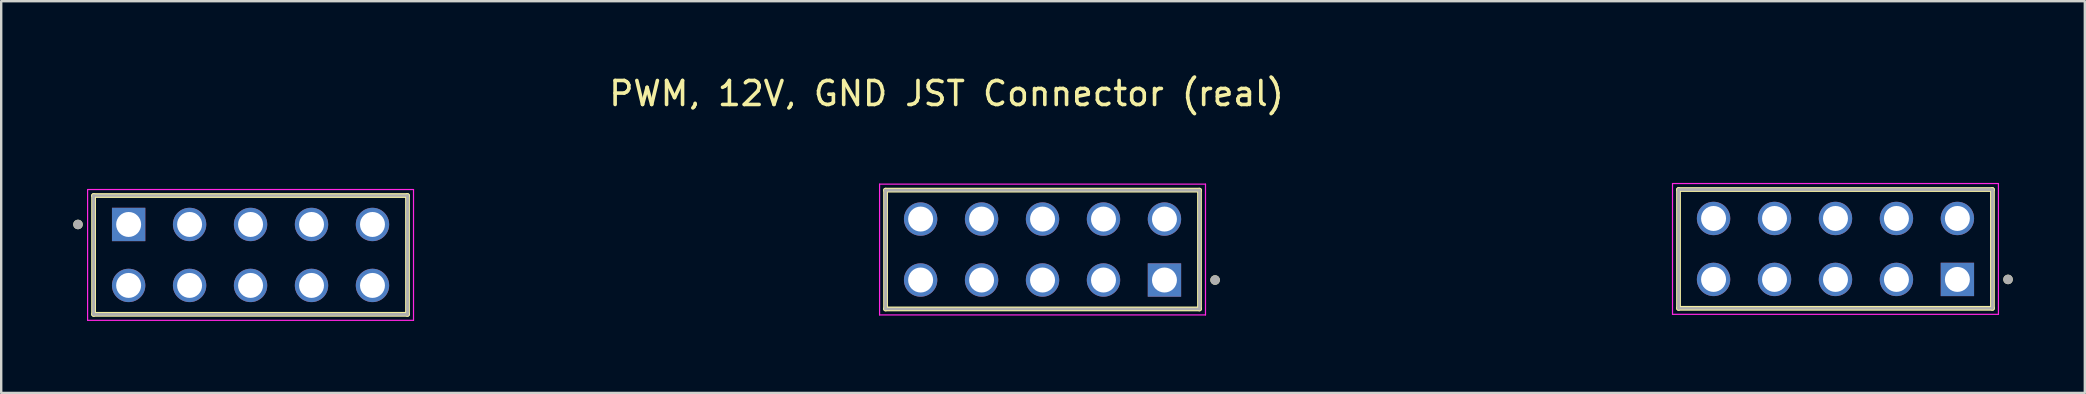
<source format=kicad_pcb>
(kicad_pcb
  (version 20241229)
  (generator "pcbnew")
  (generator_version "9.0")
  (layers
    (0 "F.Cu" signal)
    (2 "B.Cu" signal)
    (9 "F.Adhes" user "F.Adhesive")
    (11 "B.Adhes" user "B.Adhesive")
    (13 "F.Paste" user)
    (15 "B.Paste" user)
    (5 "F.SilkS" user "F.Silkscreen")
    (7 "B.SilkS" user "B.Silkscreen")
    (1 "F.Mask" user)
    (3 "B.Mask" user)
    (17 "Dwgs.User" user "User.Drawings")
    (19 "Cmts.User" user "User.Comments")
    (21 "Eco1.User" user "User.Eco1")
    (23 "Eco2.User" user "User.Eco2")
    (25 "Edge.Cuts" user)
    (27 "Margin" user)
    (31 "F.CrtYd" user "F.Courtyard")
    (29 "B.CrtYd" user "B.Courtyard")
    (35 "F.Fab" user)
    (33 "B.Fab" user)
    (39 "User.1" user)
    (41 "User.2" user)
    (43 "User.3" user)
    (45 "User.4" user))
  (footprint "PWM, 12V, GND JST Connector (real)"
    (layer "F.Cu")
    (at 40.39 7.348)
    (property "Reference" "PWM, 12V, GND JST Connector (real)" (at -4 -6.5 0) (layer "F.SilkS") (effects (font (size 1 1) (thickness 0.15))))
    (attr through_hole)
    (fp_line (start -39.54 -2.25) (end -26.46 -2.25) (stroke (width 0.2) (type solid)) (layer "F.SilkS"))
    (fp_line (start -39.54 2.7) (end -39.54 -2.25) (stroke (width 0.2) (type solid)) (layer "F.SilkS"))
    (fp_line (start -39.54 2.7) (end -26.46 2.7) (stroke (width 0.2) (type solid)) (layer "F.SilkS"))
    (fp_line (start -26.46 -2.25) (end -26.46 2.7) (stroke (width 0.2) (type solid)) (layer "F.SilkS"))
    (fp_line (start -6.54 2.475) (end -6.54 -2.475) (stroke (width 0.2) (type solid)) (layer "F.SilkS"))
    (fp_line (start 6.54 -2.475) (end -6.54 -2.475) (stroke (width 0.2) (type solid)) (layer "F.SilkS"))
    (fp_line (start 6.54 -2.475) (end 6.54 2.475) (stroke (width 0.2) (type solid)) (layer "F.SilkS"))
    (fp_line (start 6.54 2.475) (end -6.54 2.475) (stroke (width 0.2) (type solid)) (layer "F.SilkS"))
    (fp_line (start 26.5 2.45) (end 26.5 -2.5) (stroke (width 0.2) (type solid)) (layer "F.SilkS"))
    (fp_line (start 39.58 -2.5) (end 26.5 -2.5) (stroke (width 0.2) (type solid)) (layer "F.SilkS"))
    (fp_line (start 39.58 -2.5) (end 39.58 2.45) (stroke (width 0.2) (type solid)) (layer "F.SilkS"))
    (fp_line (start 39.58 2.45) (end 26.5 2.45) (stroke (width 0.2) (type solid)) (layer "F.SilkS"))
    (fp_circle (center -40.19 -1.045) (end -40.29 -1.045) (stroke (width 0.2) (type solid)) (fill no) (layer "F.SilkS"))
    (fp_circle (center 7.19 1.27) (end 7.29 1.27) (stroke (width 0.2) (type solid)) (fill no) (layer "F.SilkS"))
    (fp_circle (center 40.23 1.245) (end 40.33 1.245) (stroke (width 0.2) (type solid)) (fill no) (layer "F.SilkS"))
    (fp_line (start -39.79 -2.5) (end -26.21 -2.5) (stroke (width 0.05) (type solid)) (layer "F.CrtYd"))
    (fp_line (start -39.79 2.95) (end -39.79 -2.5) (stroke (width 0.05) (type solid)) (layer "F.CrtYd"))
    (fp_line (start -26.21 -2.5) (end -26.21 2.95) (stroke (width 0.05) (type default)) (layer "F.CrtYd"))
    (fp_line (start -26.21 2.95) (end -39.79 2.95) (stroke (width 0.05) (type solid)) (layer "F.CrtYd"))
    (fp_line (start -6.79 -2.725) (end 6.79 -2.725) (stroke (width 0.05) (type solid)) (layer "F.CrtYd"))
    (fp_line (start -6.79 2.725) (end -6.79 -2.725) (stroke (width 0.05) (type solid)) (layer "F.CrtYd"))
    (fp_line (start 6.79 -2.725) (end 6.79 2.725) (stroke (width 0.05) (type solid)) (layer "F.CrtYd"))
    (fp_line (start 6.79 2.725) (end -6.79 2.725) (stroke (width 0.05) (type solid)) (layer "F.CrtYd"))
    (fp_line (start 26.25 -2.75) (end 39.83 -2.75) (stroke (width 0.05) (type solid)) (layer "F.CrtYd"))
    (fp_line (start 26.25 2.7) (end 26.25 -2.75) (stroke (width 0.05) (type solid)) (layer "F.CrtYd"))
    (fp_line (start 39.83 -2.75) (end 39.83 2.7) (stroke (width 0.05) (type solid)) (layer "F.CrtYd"))
    (fp_line (start 39.83 2.7) (end 26.25 2.7) (stroke (width 0.05) (type solid)) (layer "F.CrtYd"))
    (fp_line (start -39.54 -2.25) (end -26.46 -2.25) (stroke (width 0.1) (type solid)) (layer "F.Fab"))
    (fp_line (start -39.54 2.7) (end -39.54 -2.25) (stroke (width 0.1) (type solid)) (layer "F.Fab"))
    (fp_line (start -39.54 2.7) (end -39.54 -2.25) (stroke (width 0.1) (type solid)) (layer "F.Fab"))
    (fp_line (start -26.46 -2.25) (end -26.46 2.7) (stroke (width 0.1) (type solid)) (layer "F.Fab"))
    (fp_line (start -26.46 -2.25) (end -26.46 2.7) (stroke (width 0.1) (type solid)) (layer "F.Fab"))
    (fp_line (start -26.46 2.7) (end -39.54 2.7) (stroke (width 0.1) (type solid)) (layer "F.Fab"))
    (fp_line (start -26.46 2.7) (end -39.54 2.7) (stroke (width 0.1) (type solid)) (layer "F.Fab"))
    (fp_line (start -6.54 -2.475) (end 6.54 -2.475) (stroke (width 0.1) (type solid)) (layer "F.Fab"))
    (fp_line (start -6.54 -2.475) (end 6.54 -2.475) (stroke (width 0.1) (type solid)) (layer "F.Fab"))
    (fp_line (start -6.54 2.475) (end -6.54 -2.475) (stroke (width 0.1) (type solid)) (layer "F.Fab"))
    (fp_line (start -6.54 2.475) (end -6.54 -2.475) (stroke (width 0.1) (type solid)) (layer "F.Fab"))
    (fp_line (start 6.54 -2.475) (end 6.54 2.475) (stroke (width 0.1) (type solid)) (layer "F.Fab"))
    (fp_line (start 6.54 -2.475) (end 6.54 2.475) (stroke (width 0.1) (type solid)) (layer "F.Fab"))
    (fp_line (start 6.54 2.475) (end -6.54 2.475) (stroke (width 0.1) (type solid)) (layer "F.Fab"))
    (fp_line (start 26.5 -2.5) (end 39.58 -2.5) (stroke (width 0.1) (type solid)) (layer "F.Fab"))
    (fp_line (start 26.5 -2.5) (end 39.58 -2.5) (stroke (width 0.1) (type solid)) (layer "F.Fab"))
    (fp_line (start 26.5 2.45) (end 26.5 -2.5) (stroke (width 0.1) (type solid)) (layer "F.Fab"))
    (fp_line (start 26.5 2.45) (end 26.5 -2.5) (stroke (width 0.1) (type solid)) (layer "F.Fab"))
    (fp_line (start 39.58 -2.5) (end 39.58 2.45) (stroke (width 0.1) (type solid)) (layer "F.Fab"))
    (fp_line (start 39.58 -2.5) (end 39.58 2.45) (stroke (width 0.1) (type solid)) (layer "F.Fab"))
    (fp_line (start 39.58 2.45) (end 26.5 2.45) (stroke (width 0.1) (type solid)) (layer "F.Fab"))
    (fp_circle (center -40.19 -1.045) (end -40.29 -1.045) (stroke (width 0.2) (type solid)) (fill no) (layer "F.Fab"))
    (fp_circle (center 7.19 1.27) (end 7.29 1.27) (stroke (width 0.2) (type solid)) (fill no) (layer "F.Fab"))
    (fp_circle (center 40.23 1.245) (end 40.33 1.245) (stroke (width 0.2) (type solid)) (fill no) (layer "F.Fab"))
    (pad "01" thru_hole circle (at -5.08 -1.27) (size 1.39 1.39) (drill 1.04) (layers "*.Cu" "*.Mask"))
    (pad "01" thru_hole circle (at -5.08 1.27) (size 1.39 1.39) (drill 1.04) (layers "*.Cu" "*.Mask"))
    (pad "01" thru_hole circle (at -2.54 -1.27) (size 1.39 1.39) (drill 1.04) (layers "*.Cu" "*.Mask"))
    (pad "01" thru_hole circle (at -2.54 1.27) (size 1.39 1.39) (drill 1.04) (layers "*.Cu" "*.Mask"))
    (pad "01" thru_hole circle (at 0 -1.27) (size 1.39 1.39) (drill 1.04) (layers "*.Cu" "*.Mask"))
    (pad "01" thru_hole circle (at 0 1.27) (size 1.39 1.39) (drill 1.04) (layers "*.Cu" "*.Mask"))
    (pad "01" thru_hole circle (at 2.54 -1.27) (size 1.39 1.39) (drill 1.04) (layers "*.Cu" "*.Mask"))
    (pad "01" thru_hole circle (at 2.54 1.27) (size 1.39 1.39) (drill 1.04) (layers "*.Cu" "*.Mask"))
    (pad "01" thru_hole circle (at 5.08 -1.27) (size 1.39 1.39) (drill 1.04) (layers "*.Cu" "*.Mask"))
    (pad "01" thru_hole rect (at 5.08 1.27) (size 1.39 1.39) (drill 1.04) (layers "*.Cu" "*.Mask"))
    (pad "02" thru_hole circle (at 35.58 -1.295) (size 1.39 1.39) (drill 1.04) (layers "*.Cu" "*.Mask"))
    (pad "02" thru_hole circle (at 38.12 -1.295) (size 1.39 1.39) (drill 1.04) (layers "*.Cu" "*.Mask"))
    (pad "02" thru_hole rect (at 38.12 1.245) (size 1.39 1.39) (drill 1.04) (layers "*.Cu" "*.Mask"))
    (pad "03" thru_hole rect (at -38.08 -1.045 180) (size 1.39 1.39) (drill 1.04) (layers "*.Cu" "*.Mask"))
    (pad "03" thru_hole circle (at -38.08 1.495 180) (size 1.39 1.39) (drill 1.04) (layers "*.Cu" "*.Mask"))
    (pad "03" thru_hole circle (at -35.54 -1.045 180) (size 1.39 1.39) (drill 1.04) (layers "*.Cu" "*.Mask"))
    (pad "03" thru_hole circle (at -35.54 1.495 180) (size 1.39 1.39) (drill 1.04) (layers "*.Cu" "*.Mask"))
    (pad "03" thru_hole circle (at -33 -1.045 180) (size 1.39 1.39) (drill 1.04) (layers "*.Cu" "*.Mask"))
    (pad "03" thru_hole circle (at -33 1.495 180) (size 1.39 1.39) (drill 1.04) (layers "*.Cu" "*.Mask"))
    (pad "03" thru_hole circle (at -30.46 -1.045 180) (size 1.39 1.39) (drill 1.04) (layers "*.Cu" "*.Mask"))
    (pad "03" thru_hole circle (at -30.46 1.495 180) (size 1.39 1.39) (drill 1.04) (layers "*.Cu" "*.Mask"))
    (pad "03" thru_hole circle (at -27.92 -1.045 180) (size 1.39 1.39) (drill 1.04) (layers "*.Cu" "*.Mask"))
    (pad "03" thru_hole circle (at -27.92 1.495 180) (size 1.39 1.39) (drill 1.04) (layers "*.Cu" "*.Mask"))
    (pad "04" thru_hole circle (at 35.58 1.245) (size 1.39 1.39) (drill 1.04) (layers "*.Cu" "*.Mask"))
    (pad "05" thru_hole circle (at 33.04 -1.295) (size 1.39 1.39) (drill 1.04) (layers "*.Cu" "*.Mask"))
    (pad "06" thru_hole circle (at 33.04 1.245) (size 1.39 1.39) (drill 1.04) (layers "*.Cu" "*.Mask"))
    (pad "07" thru_hole circle (at 30.5 -1.295) (size 1.39 1.39) (drill 1.04) (layers "*.Cu" "*.Mask"))
    (pad "08" thru_hole circle (at 30.5 1.245) (size 1.39 1.39) (drill 1.04) (layers "*.Cu" "*.Mask"))
    (pad "09" thru_hole circle (at 27.96 -1.295) (size 1.39 1.39) (drill 1.04) (layers "*.Cu" "*.Mask"))
    (pad "10" thru_hole circle (at 27.96 1.245) (size 1.39 1.39) (drill 1.04) (layers "*.Cu" "*.Mask")))
  (gr_rect
    (start -3 -3)
    (end 83.82 13.323)
    (stroke (width 0.1) (type default))
    (fill no)
    (layer "Edge.Cuts")))
</source>
